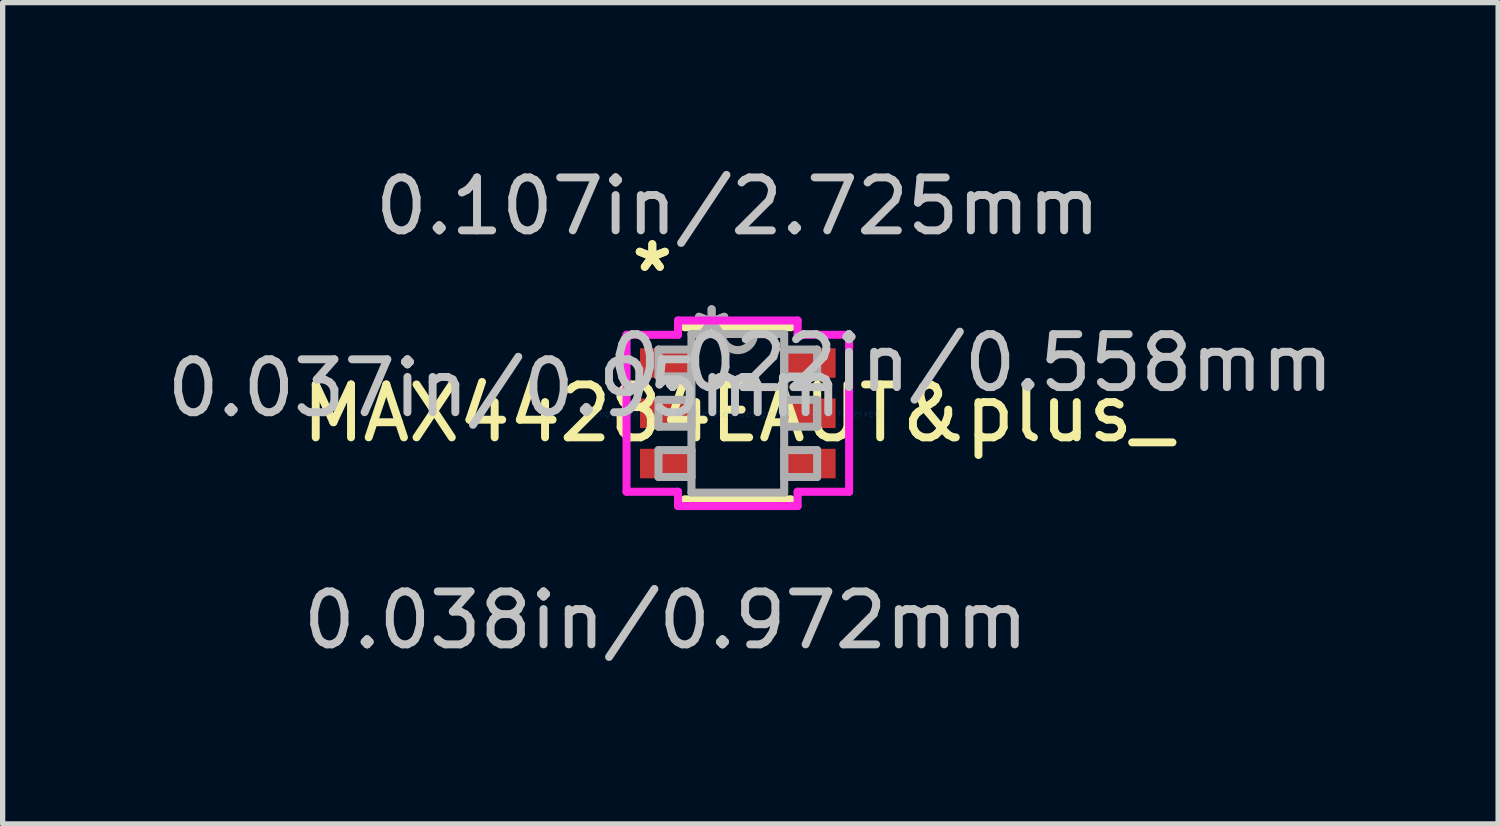
<source format=kicad_pcb>
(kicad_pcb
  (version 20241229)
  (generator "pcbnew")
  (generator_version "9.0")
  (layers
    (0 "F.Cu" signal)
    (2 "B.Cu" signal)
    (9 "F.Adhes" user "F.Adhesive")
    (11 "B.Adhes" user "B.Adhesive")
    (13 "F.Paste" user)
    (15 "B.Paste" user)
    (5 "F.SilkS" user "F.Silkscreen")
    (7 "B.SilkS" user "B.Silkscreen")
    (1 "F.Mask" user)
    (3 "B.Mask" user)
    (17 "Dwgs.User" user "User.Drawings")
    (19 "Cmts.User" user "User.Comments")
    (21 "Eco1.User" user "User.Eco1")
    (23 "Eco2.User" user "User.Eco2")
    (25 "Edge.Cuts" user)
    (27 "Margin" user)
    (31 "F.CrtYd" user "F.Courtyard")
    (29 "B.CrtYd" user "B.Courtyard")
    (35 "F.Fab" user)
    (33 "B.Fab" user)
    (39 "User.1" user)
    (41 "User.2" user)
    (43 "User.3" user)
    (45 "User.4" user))
  (footprint "MAX44284EAUT&plus_"
    (layer "F.Cu")
    (at 10.893 4.76)
    (property "Reference" "MAX44284EAUT&plus_" (at 0 0 0) (layer "F.SilkS") (effects (font (size 1 1) (thickness 0.15))))
    (attr through_hole)
    (fp_line (start -1.003 1.626) (end 1.003 1.626) (stroke (width 0.152) (type solid)) (layer "F.SilkS"))
    (fp_line (start 1.003 -1.626) (end -1.003 -1.626) (stroke (width 0.152) (type solid)) (layer "F.SilkS"))
    (fp_line (start -2.103 -1.483) (end -1.13 -1.483) (stroke (width 0.152) (type solid)) (layer "F.CrtYd"))
    (fp_line (start -2.103 1.483) (end -2.103 -1.483) (stroke (width 0.152) (type solid)) (layer "F.CrtYd"))
    (fp_line (start -1.13 -1.753) (end 1.13 -1.753) (stroke (width 0.152) (type solid)) (layer "F.CrtYd"))
    (fp_line (start -1.13 -1.483) (end -1.13 -1.753) (stroke (width 0.152) (type solid)) (layer "F.CrtYd"))
    (fp_line (start -1.13 1.483) (end -2.103 1.483) (stroke (width 0.152) (type solid)) (layer "F.CrtYd"))
    (fp_line (start -1.13 1.753) (end -1.13 1.483) (stroke (width 0.152) (type solid)) (layer "F.CrtYd"))
    (fp_line (start 1.13 -1.753) (end 1.13 -1.483) (stroke (width 0.152) (type solid)) (layer "F.CrtYd"))
    (fp_line (start 1.13 -1.483) (end 2.103 -1.483) (stroke (width 0.152) (type solid)) (layer "F.CrtYd"))
    (fp_line (start 1.13 1.483) (end 1.13 1.753) (stroke (width 0.152) (type solid)) (layer "F.CrtYd"))
    (fp_line (start 1.13 1.753) (end -1.13 1.753) (stroke (width 0.152) (type solid)) (layer "F.CrtYd"))
    (fp_line (start 2.103 -1.483) (end 2.103 1.483) (stroke (width 0.152) (type solid)) (layer "F.CrtYd"))
    (fp_line (start 2.103 1.483) (end 1.13 1.483) (stroke (width 0.152) (type solid)) (layer "F.CrtYd"))
    (fp_line (start -1.499 -1.204) (end -1.499 -0.696) (stroke (width 0.152) (type solid)) (layer "F.Fab"))
    (fp_line (start -1.499 -0.696) (end -0.876 -0.696) (stroke (width 0.152) (type solid)) (layer "F.Fab"))
    (fp_line (start -1.499 -0.254) (end -1.499 0.254) (stroke (width 0.152) (type solid)) (layer "F.Fab"))
    (fp_line (start -1.499 0.254) (end -0.876 0.254) (stroke (width 0.152) (type solid)) (layer "F.Fab"))
    (fp_line (start -1.499 0.696) (end -1.499 1.204) (stroke (width 0.152) (type solid)) (layer "F.Fab"))
    (fp_line (start -1.499 1.204) (end -0.876 1.204) (stroke (width 0.152) (type solid)) (layer "F.Fab"))
    (fp_line (start -0.876 -1.499) (end -0.876 1.499) (stroke (width 0.152) (type solid)) (layer "F.Fab"))
    (fp_line (start -0.876 -1.204) (end -1.499 -1.204) (stroke (width 0.152) (type solid)) (layer "F.Fab"))
    (fp_line (start -0.876 -0.696) (end -0.876 -1.204) (stroke (width 0.152) (type solid)) (layer "F.Fab"))
    (fp_line (start -0.876 -0.254) (end -1.499 -0.254) (stroke (width 0.152) (type solid)) (layer "F.Fab"))
    (fp_line (start -0.876 0.254) (end -0.876 -0.254) (stroke (width 0.152) (type solid)) (layer "F.Fab"))
    (fp_line (start -0.876 0.696) (end -1.499 0.696) (stroke (width 0.152) (type solid)) (layer "F.Fab"))
    (fp_line (start -0.876 1.204) (end -0.876 0.696) (stroke (width 0.152) (type solid)) (layer "F.Fab"))
    (fp_line (start -0.876 1.499) (end 0.876 1.499) (stroke (width 0.152) (type solid)) (layer "F.Fab"))
    (fp_line (start 0.876 -1.499) (end -0.876 -1.499) (stroke (width 0.152) (type solid)) (layer "F.Fab"))
    (fp_line (start 0.876 -1.204) (end 0.876 -0.696) (stroke (width 0.152) (type solid)) (layer "F.Fab"))
    (fp_line (start 0.876 -0.696) (end 1.499 -0.696) (stroke (width 0.152) (type solid)) (layer "F.Fab"))
    (fp_line (start 0.876 -0.254) (end 0.876 0.254) (stroke (width 0.152) (type solid)) (layer "F.Fab"))
    (fp_line (start 0.876 0.254) (end 1.499 0.254) (stroke (width 0.152) (type solid)) (layer "F.Fab"))
    (fp_line (start 0.876 0.696) (end 0.876 1.204) (stroke (width 0.152) (type solid)) (layer "F.Fab"))
    (fp_line (start 0.876 1.204) (end 1.499 1.204) (stroke (width 0.152) (type solid)) (layer "F.Fab"))
    (fp_line (start 0.876 1.499) (end 0.876 -1.499) (stroke (width 0.152) (type solid)) (layer "F.Fab"))
    (fp_line (start 1.499 -1.204) (end 0.876 -1.204) (stroke (width 0.152) (type solid)) (layer "F.Fab"))
    (fp_line (start 1.499 -0.696) (end 1.499 -1.204) (stroke (width 0.152) (type solid)) (layer "F.Fab"))
    (fp_line (start 1.499 -0.254) (end 0.876 -0.254) (stroke (width 0.152) (type solid)) (layer "F.Fab"))
    (fp_line (start 1.499 0.254) (end 1.499 -0.254) (stroke (width 0.152) (type solid)) (layer "F.Fab"))
    (fp_line (start 1.499 0.696) (end 0.876 0.696) (stroke (width 0.152) (type solid)) (layer "F.Fab"))
    (fp_line (start 1.499 1.204) (end 1.499 0.696) (stroke (width 0.152) (type solid)) (layer "F.Fab"))
    (fp_arc (start 0.3048 -1.4986) (mid 0 -1.1938) (end -0.3048 -1.4986) (stroke (width 0.1524) (type solid)) (layer "F.Fab"))
    (fp_text user "*" (at -1.616 -2.651 0) (layer "F.SilkS") (effects (font (size 1 1) (thickness 0.15))))
    (fp_text user "*" (at -1.616 -2.651 0) (layer "F.SilkS") (effects (font (size 1 1) (thickness 0.15))))
    (fp_text user "0.037in/0.95mm" (at -4.41 -0.475 0) (layer "Dwgs.User") (effects (font (size 1 1) (thickness 0.15))))
    (fp_text user "0.038in/0.972mm" (at -1.362 3.912 0) (layer "Dwgs.User") (effects (font (size 1 1) (thickness 0.15))))
    (fp_text user "0.107in/2.725mm" (at 0 -3.912 0) (layer "Dwgs.User") (effects (font (size 1 1) (thickness 0.15))))
    (fp_text user "0.022in/0.558mm" (at 4.41 -0.95 0) (layer "Dwgs.User") (effects (font (size 1 1) (thickness 0.15))))
    (fp_text user "Copyright 2016 Accelerated Designs. All rights reserved." (at 0 0 0) (layer "Cmts.User") (effects (font (size 0.127 0.127) (thickness 0.002))))
    (fp_text user "*" (at -0.495 -1.422 0) (layer "F.Fab") (effects (font (size 1 1) (thickness 0.15))))
    (fp_text user "*" (at -0.495 -1.422 0) (layer "F.Fab") (effects (font (size 1 1) (thickness 0.15))))
    (pad "1" smd rect (at -1.362 -0.95) (size 0.972 0.558) (layers "F.Cu" "F.Mask" "F.Paste"))
    (pad "2" smd rect (at -1.362 0) (size 0.972 0.558) (layers "F.Cu" "F.Mask" "F.Paste"))
    (pad "3" smd rect (at -1.362 0.95) (size 0.972 0.558) (layers "F.Cu" "F.Mask" "F.Paste"))
    (pad "4" smd rect (at 1.362 0.95) (size 0.972 0.558) (layers "F.Cu" "F.Mask" "F.Paste"))
    (pad "5" smd rect (at 1.362 0) (size 0.972 0.558) (layers "F.Cu" "F.Mask" "F.Paste"))
    (pad "6" smd rect (at 1.362 -0.95) (size 0.972 0.558) (layers "F.Cu" "F.Mask" "F.Paste")))
  (gr_rect
    (start -3 -3)
    (end 25.261 12.52)
    (stroke (width 0.1) (type default))
    (fill no)
    (layer "Edge.Cuts")))
</source>
